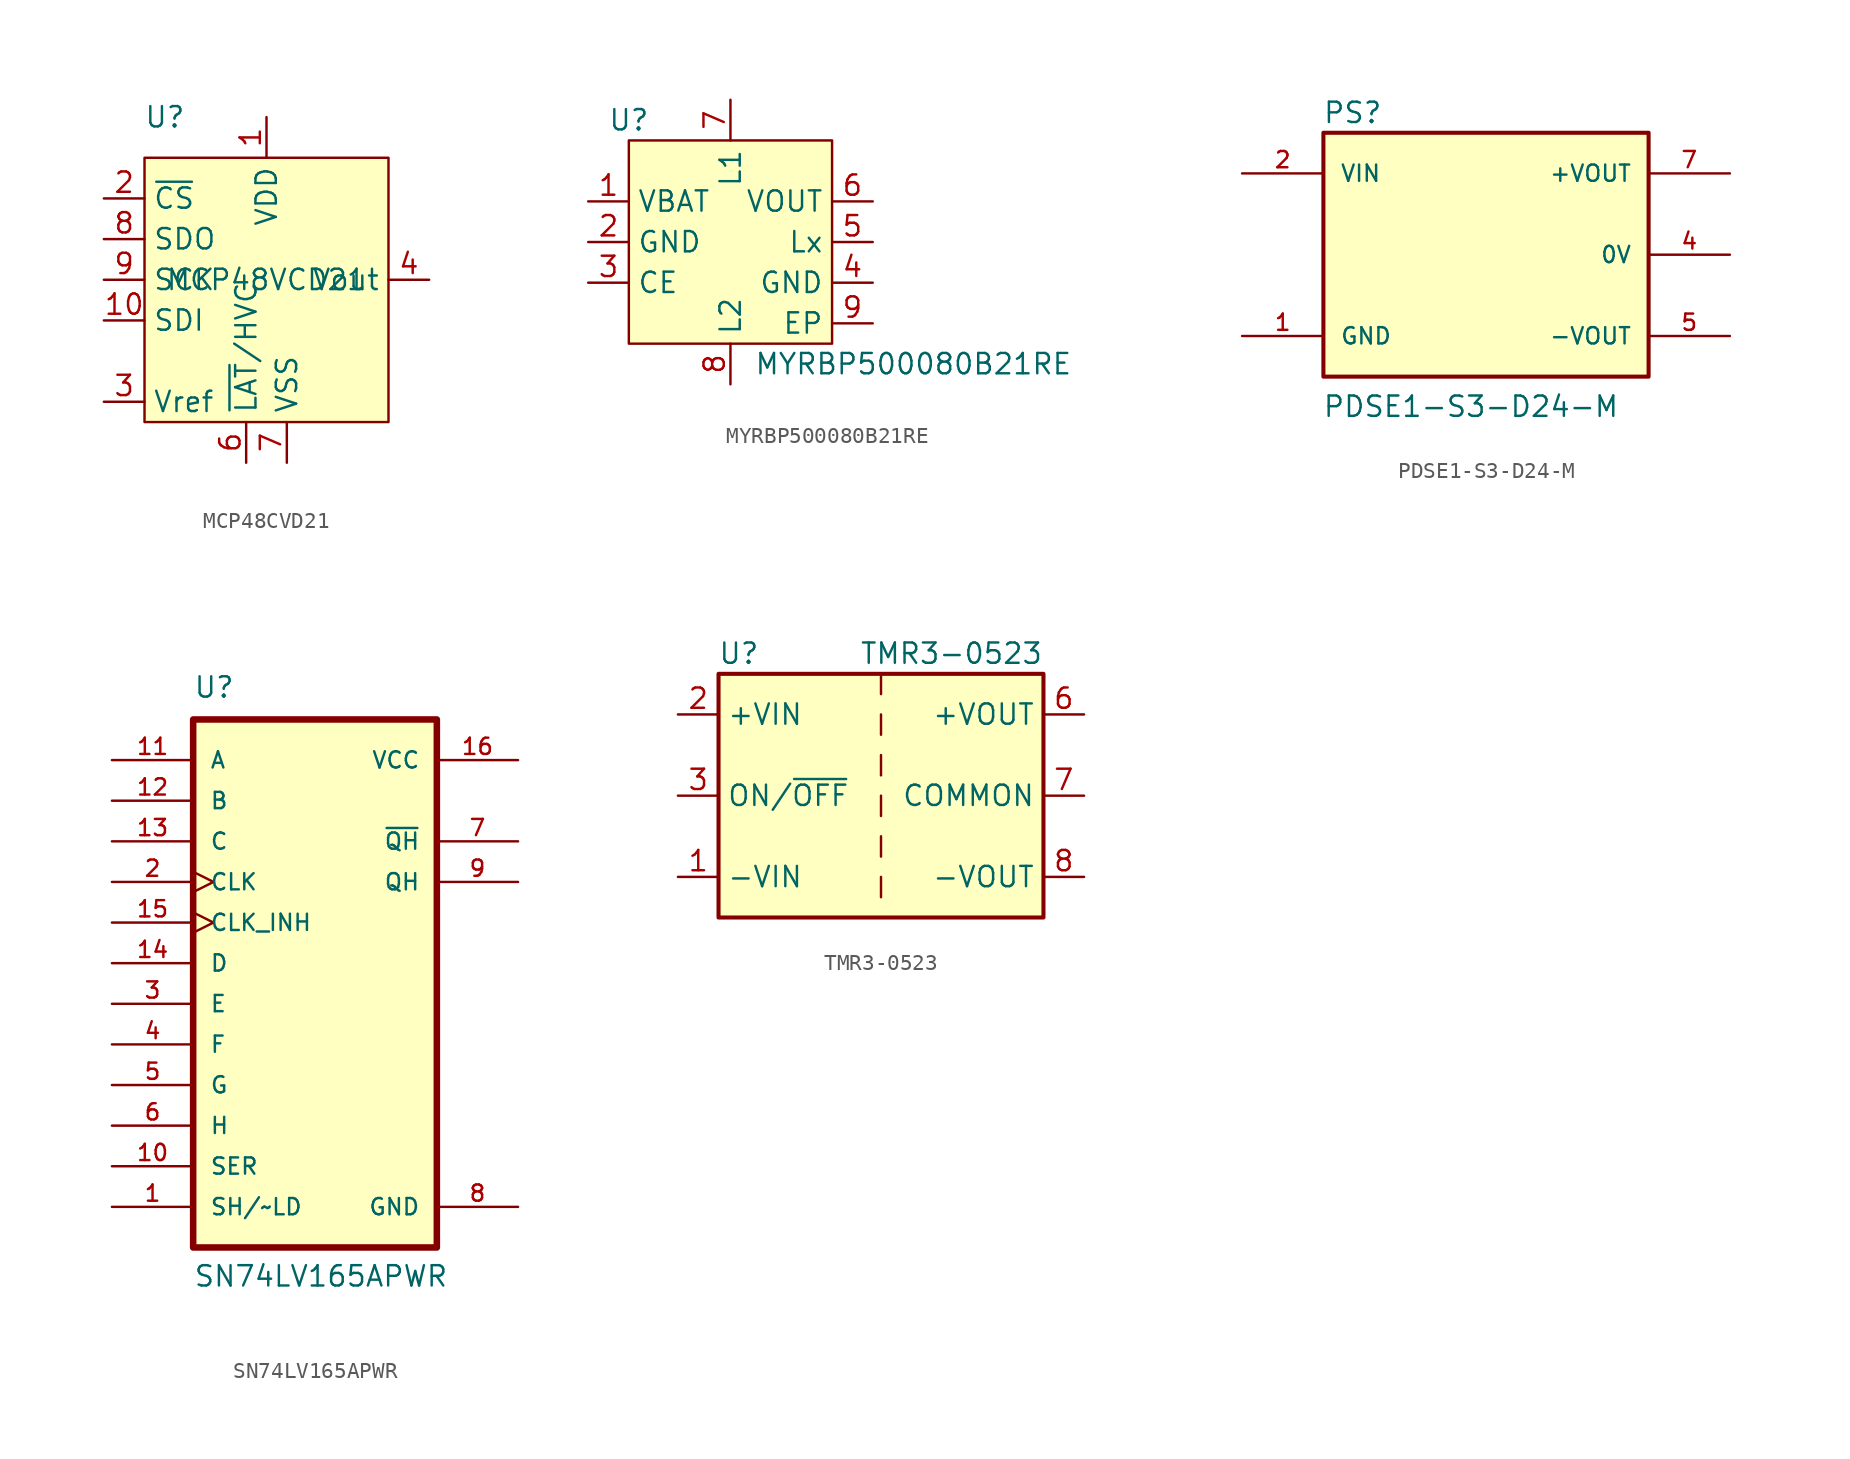
<source format=kicad_sym>
(kicad_symbol_lib
  (version 20220914)
  (generator kicad_symbol_editor)
  (symbol "MCP48CVD21"
    (property "Reference" "U"
      (at -6.35 10.16 0)
      (effects (font (size 1.27 1.27))))
    (property "Value" "MCP48VCD21"
      (at 0 0 0)
      (effects (font (size 1.27 1.27))))
    (symbol "MCP48CVD21_1_1"
      (rectangle (start -7.62 7.62) (end 7.62 -8.89) (stroke (width 0) (type default)) (fill (type background)))
      (pin power_in line (at 0 10.16 270) (length 2.54) (name "VDD" (effects (font (size 1.27 1.27)))) (number "1" (effects (font (size 1.27 1.27)))))
      (pin input line (at -10.16 -2.54 0) (length 2.54) (name "SDI" (effects (font (size 1.27 1.27)))) (number "10" (effects (font (size 1.27 1.27)))))
      (pin input line (at -10.16 5.08 0) (length 2.54) (name "~{CS}" (effects (font (size 1.27 1.27)))) (number "2" (effects (font (size 1.27 1.27)))))
      (pin bidirectional line (at -10.16 -7.62 0) (length 2.54) (name "Vref" (effects (font (size 1.27 1.27)))) (number "3" (effects (font (size 1.27 1.27)))))
      (pin output line (at 10.16 0 180) (length 2.54) (name "Vout" (effects (font (size 1.27 1.27)))) (number "4" (effects (font (size 1.27 1.27)))))
      (pin no_connect line (at -10.16 -5.08 0) (length 2.54) hide (name "NC" (effects (font (size 1.27 1.27)))) (number "5" (effects (font (size 1.27 1.27)))))
      (pin input line (at -1.27 -11.43 90) (length 2.54) (name "~{LAT}/HVC" (effects (font (size 1.27 1.27)))) (number "6" (effects (font (size 1.27 1.27)))))
      (pin power_in line (at 1.27 -11.43 90) (length 2.54) (name "VSS" (effects (font (size 1.27 1.27)))) (number "7" (effects (font (size 1.27 1.27)))))
      (pin output line (at -10.16 2.54 0) (length 2.54) (name "SDO" (effects (font (size 1.27 1.27)))) (number "8" (effects (font (size 1.27 1.27)))))
      (pin input line (at -10.16 0 0) (length 2.54) (name "SCK" (effects (font (size 1.27 1.27)))) (number "9" (effects (font (size 1.27 1.27)))))))
  (symbol "MYRBP500080B21RE"
    (property "Reference" "U"
      (at -6.35 7.62 0)
      (effects (font (size 1.27 1.27))))
    (property "Value" "MYRBP500080B21RE"
      (at 11.43 -7.62 0)
      (effects (font (size 1.27 1.27))))
    (symbol "MYRBP500080B21RE_1_1"
      (rectangle (start -6.35 6.35) (end 6.35 -6.35) (stroke (width 0) (type default)) (fill (type background)))
      (pin power_in line (at -8.89 2.54 0) (length 2.54) (name "VBAT" (effects (font (size 1.27 1.27)))) (number "1" (effects (font (size 1.27 1.27)))))
      (pin power_in line (at -8.89 0 0) (length 2.54) (name "GND" (effects (font (size 1.27 1.27)))) (number "2" (effects (font (size 1.27 1.27)))))
      (pin input line (at -8.89 -2.54 0) (length 2.54) (name "CE" (effects (font (size 1.27 1.27)))) (number "3" (effects (font (size 1.27 1.27)))))
      (pin power_in line (at 8.89 -2.54 180) (length 2.54) (name "GND" (effects (font (size 1.27 1.27)))) (number "4" (effects (font (size 1.27 1.27)))))
      (pin passive line (at 8.89 0 180) (length 2.54) (name "Lx" (effects (font (size 1.27 1.27)))) (number "5" (effects (font (size 1.27 1.27)))))
      (pin power_out line (at 8.89 2.54 180) (length 2.54) (name "VOUT" (effects (font (size 1.27 1.27)))) (number "6" (effects (font (size 1.27 1.27)))))
      (pin passive line (at 0 8.89 270) (length 2.54) (name "L1" (effects (font (size 1.27 1.27)))) (number "7" (effects (font (size 1.27 1.27)))))
      (pin passive line (at 0 -8.89 90) (length 2.54) (name "L2" (effects (font (size 1.27 1.27)))) (number "8" (effects (font (size 1.27 1.27)))))
      (pin passive line (at 8.89 -5.08 180) (length 2.54) (name "EP" (effects (font (size 1.27 1.27)))) (number "9" (effects (font (size 1.27 1.27)))))))
  (symbol "PDSE1-S3-D24-M"
    (pin_names
      (offset 1.016))
    (property "Reference" "PS"
      (at -10.217 8.128 0)
      (effects (font (size 1.27 1.27)) (justify left bottom)))
    (property "Value" "PDSE1-S3-D24-M"
      (at -10.232 -10.232 0)
      (effects (font (size 1.27 1.27)) (justify left bottom)))
    (symbol "PDSE1-S3-D24-M_0_0"
      (rectangle (start -10.16 -7.62) (end 10.16 7.62) (stroke (width 0.254) (type default)) (fill (type background)))
      (pin power_in line (at -15.24 -5.08 0) (length 5.08) (name "GND" (effects (font (size 1.016 1.016)))) (number "1" (effects (font (size 1.016 1.016)))))
      (pin input line (at -15.24 5.08 0) (length 5.08) (name "VIN" (effects (font (size 1.016 1.016)))) (number "2" (effects (font (size 1.016 1.016)))))
      (pin output line (at 15.24 0 180) (length 5.08) (name "0V" (effects (font (size 1.016 1.016)))) (number "4" (effects (font (size 1.016 1.016))))))
    (symbol "PDSE1-S3-D24-M_1_0"
      (pin power_out line (at 15.24 -5.08 180) (length 5.08) (name "-VOUT" (effects (font (size 1.016 1.016)))) (number "5" (effects (font (size 1.016 1.016)))))
      (pin power_out line (at 15.24 5.08 180) (length 5.08) (name "+VOUT" (effects (font (size 1.016 1.016)))) (number "7" (effects (font (size 1.016 1.016)))))))
  (symbol "SN74LV165APWR"
    (pin_names
      (offset 1.016))
    (property "Reference" "U"
      (at -7.62 19.05 0)
      (effects (font (size 1.27 1.27)) (justify left bottom)))
    (property "Value" "SN74LV165APWR"
      (at -7.62 -17.78 0)
      (effects (font (size 1.27 1.27)) (justify left bottom)))
    (symbol "SN74LV165APWR_0_0"
      (rectangle (start -7.62 17.78) (end 7.62 -15.24) (stroke (width 0.41) (type default)) (fill (type background)))
      (pin input line (at -12.7 -12.7 0) (length 5.08) (name "SH/~LD" (effects (font (size 1.016 1.016)))) (number "1" (effects (font (size 1.016 1.016)))))
      (pin input line (at -12.7 -10.16 0) (length 5.08) (name "SER" (effects (font (size 1.016 1.016)))) (number "10" (effects (font (size 1.016 1.016)))))
      (pin input line (at -12.7 15.24 0) (length 5.08) (name "A" (effects (font (size 1.016 1.016)))) (number "11" (effects (font (size 1.016 1.016)))))
      (pin input line (at -12.7 12.7 0) (length 5.08) (name "B" (effects (font (size 1.016 1.016)))) (number "12" (effects (font (size 1.016 1.016)))))
      (pin input line (at -12.7 10.16 0) (length 5.08) (name "C" (effects (font (size 1.016 1.016)))) (number "13" (effects (font (size 1.016 1.016)))))
      (pin input line (at -12.7 2.54 0) (length 5.08) (name "D" (effects (font (size 1.016 1.016)))) (number "14" (effects (font (size 1.016 1.016)))))
      (pin input clock (at -12.7 5.08 0) (length 5.08) (name "CLK_INH" (effects (font (size 1.016 1.016)))) (number "15" (effects (font (size 1.016 1.016)))))
      (pin power_in line (at 12.7 15.24 180) (length 5.08) (name "VCC" (effects (font (size 1.016 1.016)))) (number "16" (effects (font (size 1.016 1.016)))))
      (pin input clock (at -12.7 7.62 0) (length 5.08) (name "CLK" (effects (font (size 1.016 1.016)))) (number "2" (effects (font (size 1.016 1.016)))))
      (pin input line (at -12.7 0 0) (length 5.08) (name "E" (effects (font (size 1.016 1.016)))) (number "3" (effects (font (size 1.016 1.016)))))
      (pin input line (at -12.7 -2.54 0) (length 5.08) (name "F" (effects (font (size 1.016 1.016)))) (number "4" (effects (font (size 1.016 1.016)))))
      (pin input line (at -12.7 -5.08 0) (length 5.08) (name "G" (effects (font (size 1.016 1.016)))) (number "5" (effects (font (size 1.016 1.016)))))
      (pin input line (at -12.7 -7.62 0) (length 5.08) (name "H" (effects (font (size 1.016 1.016)))) (number "6" (effects (font (size 1.016 1.016)))))
      (pin output line (at 12.7 10.16 180) (length 5.08) (name "~{QH}" (effects (font (size 1.016 1.016)))) (number "7" (effects (font (size 1.016 1.016)))))
      (pin power_in line (at 12.7 -12.7 180) (length 5.08) (name "GND" (effects (font (size 1.016 1.016)))) (number "8" (effects (font (size 1.016 1.016)))))
      (pin output line (at 12.7 7.62 180) (length 5.08) (name "QH" (effects (font (size 1.016 1.016)))) (number "9" (effects (font (size 1.016 1.016)))))))
  (symbol "TMR3-0523"
    (property "Reference" "U"
      (at -8.89 8.89 0)
      (effects (font (size 1.27 1.27))))
    (property "Value" "TMR3-0523"
      (at 10.16 8.89 0)
      (effects (font (size 1.27 1.27)) (justify right)))
    (symbol "TMR3-0523_0_1"
      (rectangle (start -10.16 7.62) (end 10.16 -7.62) (stroke (width 0.254) (type default)) (fill (type background)))
      (polyline (pts (xy 0 -5.08) (xy 0 -6.35)) (stroke (width 0) (type default)) (fill (type none)))
      (polyline (pts (xy 0 -2.54) (xy 0 -3.81)) (stroke (width 0) (type default)) (fill (type none)))
      (polyline (pts (xy 0 0) (xy 0 -1.27)) (stroke (width 0) (type default)) (fill (type none)))
      (polyline (pts (xy 0 2.54) (xy 0 1.27)) (stroke (width 0) (type default)) (fill (type none)))
      (polyline (pts (xy 0 5.08) (xy 0 3.81)) (stroke (width 0) (type default)) (fill (type none)))
      (polyline (pts (xy 0 7.62) (xy 0 6.35)) (stroke (width 0) (type default)) (fill (type none))))
    (symbol "TMR3-0523_1_1"
      (pin power_in line (at -12.7 -5.08 0) (length 2.54) (name "-VIN" (effects (font (size 1.27 1.27)))) (number "1" (effects (font (size 1.27 1.27)))))
      (pin power_in line (at -12.7 5.08 0) (length 2.54) (name "+VIN" (effects (font (size 1.27 1.27)))) (number "2" (effects (font (size 1.27 1.27)))))
      (pin input line (at -12.7 0 0) (length 2.54) (name "ON/~{OFF}" (effects (font (size 1.27 1.27)))) (number "3" (effects (font (size 1.27 1.27)))))
      (pin no_connect line (at 10.16 2.54 180) (length 2.54) hide (name "NC" (effects (font (size 1.27 1.27)))) (number "5" (effects (font (size 1.27 1.27)))))
      (pin power_out line (at 12.7 5.08 180) (length 2.54) (name "+VOUT" (effects (font (size 1.27 1.27)))) (number "6" (effects (font (size 1.27 1.27)))))
      (pin power_out line (at 12.7 0 180) (length 2.54) (name "COMMON" (effects (font (size 1.27 1.27)))) (number "7" (effects (font (size 1.27 1.27)))))
      (pin power_out line (at 12.7 -5.08 180) (length 2.54) (name "-VOUT" (effects (font (size 1.27 1.27)))) (number "8" (effects (font (size 1.27 1.27))))))))
</source>
